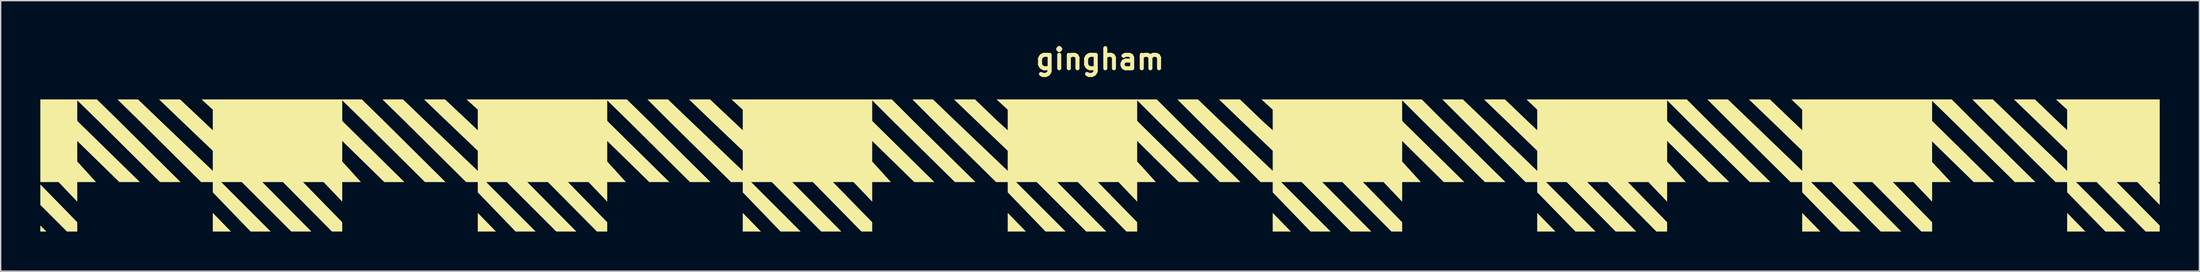
<source format=kicad_pcb>
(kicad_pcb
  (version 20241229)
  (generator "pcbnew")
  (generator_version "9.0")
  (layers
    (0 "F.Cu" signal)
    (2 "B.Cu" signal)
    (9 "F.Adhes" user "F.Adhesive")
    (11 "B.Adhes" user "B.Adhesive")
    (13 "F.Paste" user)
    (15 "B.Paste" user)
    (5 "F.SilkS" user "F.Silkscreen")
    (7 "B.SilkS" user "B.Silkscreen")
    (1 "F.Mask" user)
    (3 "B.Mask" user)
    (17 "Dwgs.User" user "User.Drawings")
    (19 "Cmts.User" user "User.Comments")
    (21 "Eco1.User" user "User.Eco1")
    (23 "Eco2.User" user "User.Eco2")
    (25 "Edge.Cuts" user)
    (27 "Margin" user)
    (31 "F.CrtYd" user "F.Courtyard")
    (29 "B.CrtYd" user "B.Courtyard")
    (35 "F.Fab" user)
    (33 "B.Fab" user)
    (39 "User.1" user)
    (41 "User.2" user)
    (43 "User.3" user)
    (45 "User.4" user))
  (footprint "gingham"
    (layer "F.Cu")
    (at 80.124 9.474)
    (property "Reference" "gingham" (at 0 -8.048 0) (layer "F.SilkS") (effects (font (size 1.524 1.524) (thickness 0.305))))
    (attr smd)
    (fp_poly (pts (xy -80.124 4.541) (xy -80.124 5) (xy -79.664 5) (xy -80.124 4.541)) (stroke (width 0) (type solid)) (fill yes) (layer "F.SilkS"))
    (fp_poly (pts (xy -67.085 3.587) (xy -67.085 5) (xy -65.707 5) (xy -67.085 3.587)) (stroke (width 0) (type solid)) (fill yes) (layer "F.SilkS"))
    (fp_poly (pts (xy -47.049 3.587) (xy -47.049 5) (xy -45.671 5) (xy -47.049 3.587)) (stroke (width 0) (type solid)) (fill yes) (layer "F.SilkS"))
    (fp_poly (pts (xy -27.014 3.587) (xy -27.014 5) (xy -25.636 5) (xy -27.014 3.587)) (stroke (width 0) (type solid)) (fill yes) (layer "F.SilkS"))
    (fp_poly (pts (xy -6.979 3.587) (xy -6.979 5) (xy -5.601 5) (xy -6.979 3.587)) (stroke (width 0) (type solid)) (fill yes) (layer "F.SilkS"))
    (fp_poly (pts (xy 13.057 3.587) (xy 13.057 5) (xy 14.435 5) (xy 13.057 3.587)) (stroke (width 0) (type solid)) (fill yes) (layer "F.SilkS"))
    (fp_poly (pts (xy 33.057 3.587) (xy 33.057 5) (xy 34.435 5) (xy 33.057 3.587)) (stroke (width 0) (type solid)) (fill yes) (layer "F.SilkS"))
    (fp_poly (pts (xy 53.092 3.587) (xy 53.092 5) (xy 54.47 5) (xy 53.092 3.587)) (stroke (width 0) (type solid)) (fill yes) (layer "F.SilkS"))
    (fp_poly (pts (xy 73.127 3.587) (xy 73.127 5) (xy 74.505 5) (xy 73.127 3.587)) (stroke (width 0) (type solid)) (fill yes) (layer "F.SilkS"))
    (fp_poly (pts (xy -78.11 5) (xy -77.332 5) (xy -77.332 4.293) (xy -80.124 1.431) (xy -80.124 2.986) (xy -78.11 5)) (stroke (width 0) (type solid)) (fill yes) (layer "F.SilkS"))
    (fp_poly (pts (xy -77.297 1.254) (xy -75.919 1.254) (xy -77.297 -0.265) (xy -77.332 -0.3) (xy -77.332 -1.855) (xy -77.297 -1.82) (xy -74.152 1.254) (xy -72.597 1.254) (xy -77.297 -3.339) (xy -77.297 -3.375) (xy -77.332 -3.375) (xy -77.332 -4.929) (xy -77.297 -4.894) (xy -75.707 -3.339) (xy -71.078 1.254) (xy -69.523 1.254) (xy -74.152 -3.339) (xy -75.848 -5) (xy -77.297 -5) (xy -77.332 -5) (xy -80.124 -5) (xy -80.124 -3.339) (xy -80.124 1.254) (xy -78.746 1.254) (xy -77.332 2.739) (xy -77.332 1.254) (xy -77.297 1.254)) (stroke (width 0) (type solid)) (fill yes) (layer "F.SilkS"))
    (fp_poly (pts (xy 73.799 1.254) (xy 75.353 1.254) (xy 79.064 5) (xy 80.124 5) (xy 80.124 4.541) (xy 76.873 1.254) (xy 78.428 1.254) (xy 80.124 2.986) (xy 80.124 1.431) (xy 79.982 1.254) (xy 80.124 1.254) (xy 80.124 -3.339) (xy 80.124 -5) (xy 73.127 -5) (xy 72.279 -5) (xy 73.127 -4.223) (xy 73.127 -3.339) (xy 73.127 -2.668) (xy 72.42 -3.339) (xy 70.689 -5) (xy 69.099 -5) (xy 70.83 -3.339) (xy 73.127 -1.113) (xy 73.127 0.406) (xy 69.24 -3.339) (xy 67.509 -5) (xy 65.954 -5) (xy 67.615 -3.339) (xy 72.244 1.254) (xy 73.127 1.254) (xy 73.127 2.032) (xy 76.025 5) (xy 77.544 5) (xy 73.799 1.254)) (stroke (width 0) (type solid)) (fill yes) (layer "F.SilkS"))
    (fp_poly (pts (xy 47.58 -3.339) (xy 52.208 1.254) (xy 53.092 1.254) (xy 53.092 2.032) (xy 55.989 5) (xy 57.509 5) (xy 53.763 1.254) (xy 55.318 1.254) (xy 59.028 5) (xy 60.583 5) (xy 56.873 1.254) (xy 58.392 1.254) (xy 62.102 5) (xy 62.915 5) (xy 62.915 4.293) (xy 59.947 1.254) (xy 61.502 1.254) (xy 62.915 2.739) (xy 62.915 1.254) (xy 64.329 1.254) (xy 62.915 -0.265) (xy 62.915 -0.3) (xy 62.915 -1.855) (xy 62.915 -1.82) (xy 66.06 1.254) (xy 67.615 1.254) (xy 62.951 -3.339) (xy 62.915 -3.375) (xy 62.915 -4.929) (xy 62.915 -4.894) (xy 64.505 -3.339) (xy 69.17 1.254) (xy 70.724 1.254) (xy 66.06 -3.339) (xy 64.399 -5) (xy 62.915 -5) (xy 53.092 -5) (xy 52.279 -5) (xy 53.092 -4.223) (xy 53.092 -3.339) (xy 53.092 -2.668) (xy 52.385 -3.339) (xy 50.654 -5) (xy 49.064 -5) (xy 50.795 -3.339) (xy 53.092 -1.113) (xy 53.092 0.406) (xy 49.205 -3.339) (xy 47.473 -5) (xy 45.919 -5) (xy 47.58 -3.339)) (stroke (width 0) (type solid)) (fill yes) (layer "F.SilkS"))
    (fp_poly (pts (xy -57.297 -5) (xy -67.085 -5) (xy -67.933 -5) (xy -67.085 -4.223) (xy -67.085 -3.339) (xy -67.085 -2.668) (xy -67.792 -3.339) (xy -69.558 -5) (xy -71.148 -5) (xy -69.417 -3.339) (xy -67.085 -1.113) (xy -67.085 0.406) (xy -71.007 -3.339) (xy -72.739 -5) (xy -74.293 -5) (xy -72.597 -3.339) (xy -67.968 1.254) (xy -67.085 1.254) (xy -67.085 2.032) (xy -64.223 5) (xy -62.703 5) (xy -66.449 1.254) (xy -64.894 1.254) (xy -61.148 5) (xy -59.629 5) (xy -63.339 1.254) (xy -61.784 1.254) (xy -58.074 5) (xy -57.297 5) (xy -57.297 4.293) (xy -60.265 1.254) (xy -58.71 1.254) (xy -57.297 2.739) (xy -57.297 1.254) (xy -57.261 1.254) (xy -55.883 1.254) (xy -57.261 -0.265) (xy -57.297 -0.3) (xy -57.297 -1.855) (xy -57.261 -1.82) (xy -54.117 1.254) (xy -52.597 1.254) (xy -57.261 -3.339) (xy -57.261 -3.375) (xy -57.297 -3.375) (xy -57.297 -4.929) (xy -57.261 -4.894) (xy -55.671 -3.339) (xy -51.042 1.254) (xy -49.488 1.254) (xy -54.117 -3.339) (xy -55.813 -5) (xy -57.261 -5) (xy -57.297 -5)) (stroke (width 0) (type solid)) (fill yes) (layer "F.SilkS"))
    (fp_poly (pts (xy -35.636 -3.339) (xy -31.007 1.254) (xy -29.452 1.254) (xy -34.081 -3.339) (xy -35.777 -5) (xy -37.226 -5) (xy -37.261 -5) (xy -47.049 -5) (xy -47.898 -5) (xy -47.049 -4.223) (xy -47.049 -3.339) (xy -47.049 -2.668) (xy -47.756 -3.339) (xy -49.523 -5) (xy -51.113 -5) (xy -49.382 -3.339) (xy -47.049 -1.113) (xy -47.049 0.406) (xy -50.972 -3.339) (xy -52.703 -5) (xy -54.258 -5) (xy -52.562 -3.339) (xy -47.933 1.254) (xy -47.049 1.254) (xy -47.049 2.032) (xy -44.187 5) (xy -42.668 5) (xy -46.413 1.254) (xy -44.859 1.254) (xy -41.113 5) (xy -39.594 5) (xy -43.304 1.254) (xy -41.749 1.254) (xy -38.039 5) (xy -37.261 5) (xy -37.261 4.293) (xy -40.23 1.254) (xy -38.675 1.254) (xy -37.261 2.739) (xy -37.261 1.254) (xy -37.226 1.254) (xy -35.848 1.254) (xy -37.226 -0.265) (xy -37.261 -0.3) (xy -37.261 -1.855) (xy -37.226 -1.82) (xy -34.081 1.254) (xy -32.562 1.254) (xy -37.226 -3.339) (xy -37.226 -3.375) (xy -37.261 -3.375) (xy -37.261 -4.929) (xy -37.226 -4.894) (xy -35.636 -3.339)) (stroke (width 0) (type solid)) (fill yes) (layer "F.SilkS"))
    (fp_poly (pts (xy -12.527 1.254) (xy -17.191 -3.339) (xy -17.191 -3.375) (xy -17.226 -3.375) (xy -17.226 -4.929) (xy -17.191 -4.894) (xy -15.636 -3.339) (xy -10.972 1.254) (xy -9.417 1.254) (xy -14.081 -3.339) (xy -15.742 -5) (xy -17.191 -5) (xy -17.226 -5) (xy -27.014 -5) (xy -27.862 -5) (xy -27.014 -4.223) (xy -27.014 -3.339) (xy -27.014 -2.668) (xy -27.721 -3.339) (xy -29.488 -5) (xy -31.078 -5) (xy -29.346 -3.339) (xy -27.014 -1.113) (xy -27.014 0.406) (xy -30.936 -3.339) (xy -32.668 -5) (xy -34.223 -5) (xy -32.562 -3.339) (xy -27.898 1.254) (xy -27.014 1.254) (xy -27.014 2.032) (xy -24.152 5) (xy -22.633 5) (xy -26.378 1.254) (xy -24.823 1.254) (xy -21.078 5) (xy -19.558 5) (xy -23.269 1.254) (xy -21.714 1.254) (xy -18.039 5) (xy -17.226 5) (xy -17.226 4.293) (xy -20.194 1.254) (xy -18.64 1.254) (xy -17.226 2.739) (xy -17.226 1.254) (xy -17.191 1.254) (xy -15.813 1.254) (xy -17.191 -0.265) (xy -17.226 -0.3) (xy -17.226 -1.855) (xy -17.191 -1.82) (xy -14.046 1.254) (xy -12.527 1.254)) (stroke (width 0) (type solid)) (fill yes) (layer "F.SilkS"))
    (fp_poly (pts (xy 4.223 1.254) (xy 2.845 -0.265) (xy 2.809 -0.3) (xy 2.809 -1.855) (xy 2.845 -1.82) (xy 5.954 1.254) (xy 7.509 1.254) (xy 2.845 -3.339) (xy 2.845 -3.375) (xy 2.809 -3.375) (xy 2.809 -4.929) (xy 2.845 -4.894) (xy 4.399 -3.339) (xy 9.064 1.254) (xy 10.618 1.254) (xy 5.954 -3.339) (xy 4.293 -5) (xy 2.845 -5) (xy 2.809 -5) (xy -6.979 -5) (xy -7.827 -5) (xy -6.979 -4.223) (xy -6.979 -3.339) (xy -6.979 -2.668) (xy -7.721 -3.339) (xy -9.452 -5) (xy -11.042 -5) (xy -9.311 -3.339) (xy -6.979 -1.113) (xy -6.979 0.406) (xy -10.901 -3.339) (xy -12.633 -5) (xy -14.187 -5) (xy -12.527 -3.339) (xy -7.862 1.254) (xy -6.979 1.254) (xy -6.979 2.032) (xy -4.117 5) (xy -2.597 5) (xy -6.343 1.254) (xy -4.788 1.254) (xy -1.042 5) (xy 0.477 5) (xy -3.233 1.254) (xy -1.678 1.254) (xy 1.996 5) (xy 2.809 5) (xy 2.809 4.293) (xy -0.159 1.254) (xy 1.396 1.254) (xy 2.809 2.739) (xy 2.809 1.254) (xy 2.845 1.254) (xy 4.223 1.254)) (stroke (width 0) (type solid)) (fill yes) (layer "F.SilkS"))
    (fp_poly (pts (xy 19.876 1.254) (xy 21.431 1.254) (xy 22.845 2.739) (xy 22.845 1.254) (xy 22.88 1.254) (xy 24.258 1.254) (xy 22.88 -0.265) (xy 22.845 -0.3) (xy 22.845 -1.855) (xy 22.88 -1.82) (xy 25.989 1.254) (xy 27.544 1.254) (xy 22.88 -3.339) (xy 22.88 -3.375) (xy 22.845 -3.375) (xy 22.845 -4.929) (xy 22.88 -4.894) (xy 24.435 -3.339) (xy 29.099 1.254) (xy 30.654 1.254) (xy 25.989 -3.339) (xy 24.329 -5) (xy 22.88 -5) (xy 22.845 -5) (xy 13.057 -5) (xy 12.208 -5) (xy 13.057 -4.223) (xy 13.057 -3.339) (xy 13.057 -2.668) (xy 12.314 -3.339) (xy 10.583 -5) (xy 8.993 -5) (xy 10.724 -3.339) (xy 13.057 -1.113) (xy 13.057 0.406) (xy 9.134 -3.339) (xy 7.403 -5) (xy 5.848 -5) (xy 7.509 -3.339) (xy 12.138 1.254) (xy 13.057 1.254) (xy 13.057 2.032) (xy 15.919 5) (xy 17.438 5) (xy 13.693 1.254) (xy 15.247 1.254) (xy 18.958 5) (xy 20.512 5) (xy 16.802 1.254) (xy 18.322 1.254) (xy 22.032 5) (xy 22.845 5) (xy 22.845 4.293) (xy 19.876 1.254)) (stroke (width 0) (type solid)) (fill yes) (layer "F.SilkS"))
    (fp_poly (pts (xy 40.548 5) (xy 36.837 1.254) (xy 38.357 1.254) (xy 42.067 5) (xy 42.88 5) (xy 42.88 4.293) (xy 39.912 1.254) (xy 41.466 1.254) (xy 42.88 2.739) (xy 42.88 1.254) (xy 42.915 1.254) (xy 44.293 1.254) (xy 42.915 -0.265) (xy 42.88 -0.3) (xy 42.88 -1.855) (xy 42.915 -1.82) (xy 46.025 1.254) (xy 47.58 1.254) (xy 42.915 -3.339) (xy 42.915 -3.375) (xy 42.88 -3.375) (xy 42.88 -4.929) (xy 42.915 -4.894) (xy 44.47 -3.339) (xy 49.134 1.254) (xy 50.689 1.254) (xy 46.025 -3.339) (xy 44.364 -5) (xy 42.915 -5) (xy 42.88 -5) (xy 33.057 -5) (xy 32.244 -5) (xy 33.057 -4.223) (xy 33.057 -3.339) (xy 33.057 -2.668) (xy 32.35 -3.339) (xy 30.618 -5) (xy 29.028 -5) (xy 30.76 -3.339) (xy 33.057 -1.113) (xy 33.057 0.406) (xy 29.17 -3.339) (xy 27.438 -5) (xy 25.883 -5) (xy 27.544 -3.339) (xy 32.173 1.254) (xy 33.057 1.254) (xy 33.057 2.032) (xy 35.954 5) (xy 37.473 5) (xy 33.728 1.254) (xy 35.283 1.254) (xy 38.993 5) (xy 40.548 5)) (stroke (width 0) (type solid)) (fill yes) (layer "F.SilkS")))
  (gr_rect
    (start -3 -3)
    (end 163.247 17.474)
    (stroke (width 0.1) (type default))
    (fill no)
    (layer "Edge.Cuts")))
</source>
